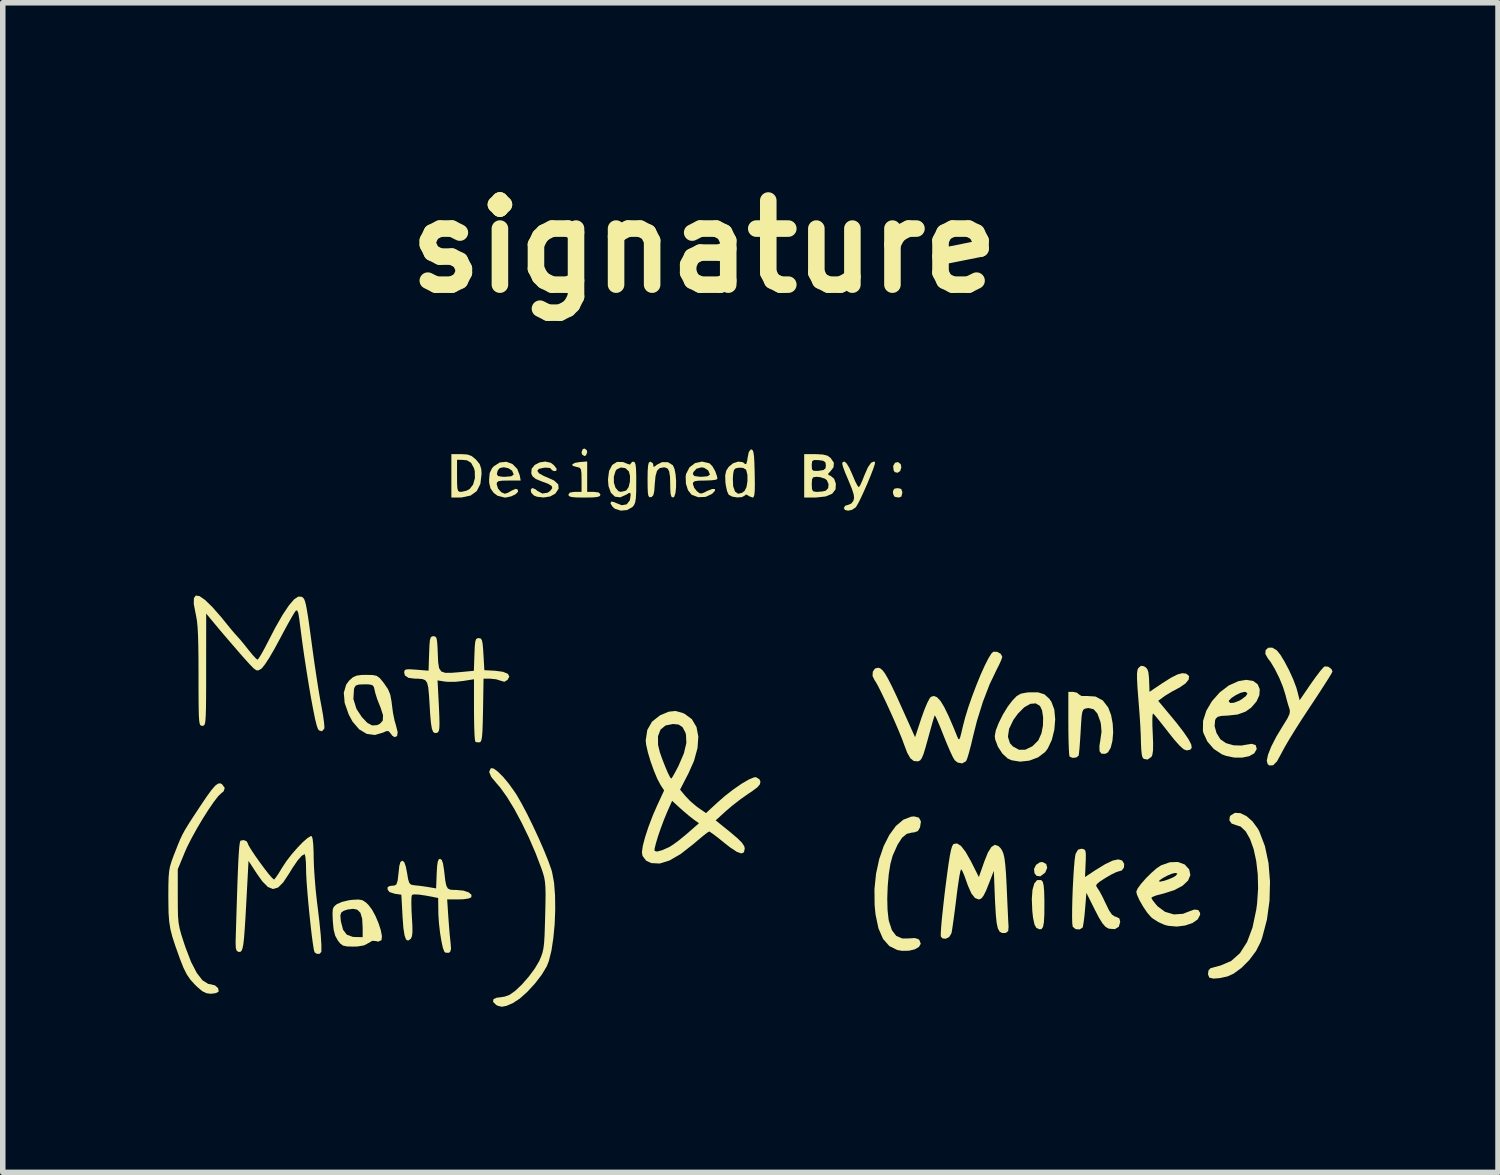
<source format=kicad_pcb>
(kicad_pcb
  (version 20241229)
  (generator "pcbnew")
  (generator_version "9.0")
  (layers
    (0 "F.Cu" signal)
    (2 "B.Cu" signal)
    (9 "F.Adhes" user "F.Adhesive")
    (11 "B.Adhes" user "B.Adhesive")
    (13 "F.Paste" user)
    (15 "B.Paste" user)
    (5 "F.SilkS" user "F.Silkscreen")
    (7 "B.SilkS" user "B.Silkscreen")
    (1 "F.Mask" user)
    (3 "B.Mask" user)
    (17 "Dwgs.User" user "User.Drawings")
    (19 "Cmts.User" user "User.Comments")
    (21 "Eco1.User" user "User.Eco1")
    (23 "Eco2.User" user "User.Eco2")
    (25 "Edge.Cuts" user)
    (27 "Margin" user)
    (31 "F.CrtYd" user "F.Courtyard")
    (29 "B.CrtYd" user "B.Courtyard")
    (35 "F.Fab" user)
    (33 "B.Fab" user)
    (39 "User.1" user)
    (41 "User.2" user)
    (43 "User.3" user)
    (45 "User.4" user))
  (footprint "signature"
    (layer "F.Cu")
    (at 9.709 1.418)
    (property "Reference" "signature" (at 0 0 0) (layer "F.SilkS") (effects (font (size 1.524 1.524) (thickness 0.3))))
    (attr board_only exclude_from_pos_files exclude_from_bom)
    (fp_poly (pts (xy -2.129 3.686) (xy -2.12 3.726) (xy -2.141 3.782) (xy -2.171 3.795) (xy -2.213 3.766) (xy -2.222 3.726) (xy -2.201 3.671) (xy -2.171 3.658)) (stroke (width 0) (type solid)) (fill yes) (layer "F.SilkS"))
    (fp_poly (pts (xy 3.562 3.944) (xy 3.572 4) (xy 3.551 4.067) (xy 3.504 4.098) (xy 3.453 4.086) (xy 3.432 4.054) (xy 3.424 3.974) (xy 3.457 3.917) (xy 3.512 3.904)) (stroke (width 0) (type solid)) (fill yes) (layer "F.SilkS"))
    (fp_poly (pts (xy 3.569 4.39) (xy 3.589 4.445) (xy 3.59 4.461) (xy 3.572 4.53) (xy 3.527 4.547) (xy 3.462 4.536) (xy 3.441 4.524) (xy 3.422 4.474) (xy 3.419 4.438) (xy 3.442 4.388) (xy 3.504 4.376)) (stroke (width 0) (type solid)) (fill yes) (layer "F.SilkS"))
    (fp_poly (pts (xy 6.197 11.187) (xy 6.215 11.255) (xy 6.182 11.336) (xy 6.168 11.352) (xy 6.09 11.41) (xy 6.024 11.402) (xy 5.985 11.355) (xy 5.976 11.276) (xy 6.014 11.201) (xy 6.083 11.155) (xy 6.131 11.151)) (stroke (width 0) (type solid)) (fill yes) (layer "F.SilkS"))
    (fp_poly (pts (xy 6.114 11.484) (xy 6.136 11.513) (xy 6.151 11.577) (xy 6.16 11.686) (xy 6.164 11.851) (xy 6.164 11.902) (xy 6.163 12.102) (xy 6.155 12.242) (xy 6.139 12.328) (xy 6.11 12.367) (xy 6.068 12.368) (xy 6.018 12.343) (xy 5.985 12.285) (xy 5.958 12.16) (xy 5.945 12.036) (xy 5.936 11.823) (xy 5.948 11.656) (xy 5.981 11.539) (xy 6.032 11.478) (xy 6.099 11.477)) (stroke (width 0) (type solid)) (fill yes) (layer "F.SilkS"))
    (fp_poly (pts (xy -2.12 4.444) (xy -2 4.444) (xy -1.911 4.455) (xy -1.88 4.491) (xy -1.88 4.495) (xy -1.893 4.521) (xy -1.938 4.537) (xy -2.028 4.545) (xy -2.171 4.547) (xy -2.316 4.545) (xy -2.405 4.537) (xy -2.449 4.521) (xy -2.461 4.495) (xy -2.435 4.457) (xy -2.353 4.444) (xy -2.342 4.444) (xy -2.222 4.444) (xy -2.222 4.224) (xy -2.224 4.105) (xy -2.233 4.038) (xy -2.256 4.007) (xy -2.298 3.995) (xy -2.309 3.993) (xy -2.38 3.974) (xy -2.39 3.946) (xy -2.345 3.919) (xy -2.257 3.904) (xy -2.12 3.893)) (stroke (width 0) (type solid)) (fill yes) (layer "F.SilkS"))
    (fp_poly (pts (xy -4.291 3.767) (xy -4.211 3.796) (xy -4.136 3.858) (xy -4.134 3.86) (xy -4.067 3.942) (xy -4.039 4.031) (xy -4.034 4.118) (xy -4.055 4.3) (xy -4.121 4.43) (xy -4.233 4.511) (xy -4.394 4.545) (xy -4.446 4.547) (xy -4.581 4.547) (xy -4.581 3.863) (xy -4.478 3.863) (xy -4.478 4.154) (xy -4.477 4.294) (xy -4.472 4.38) (xy -4.459 4.425) (xy -4.434 4.442) (xy -4.4 4.444) (xy -4.311 4.424) (xy -4.251 4.394) (xy -4.187 4.312) (xy -4.154 4.194) (xy -4.157 4.066) (xy -4.172 4.013) (xy -4.224 3.917) (xy -4.299 3.872) (xy -4.384 3.864) (xy -4.478 3.863) (xy -4.581 3.863) (xy -4.581 3.76) (xy -4.407 3.76)) (stroke (width 0) (type solid)) (fill yes) (layer "F.SilkS"))
    (fp_poly (pts (xy -0.93 3.925) (xy -0.923 3.954) (xy -0.918 3.991) (xy -0.892 3.981) (xy -0.86 3.954) (xy -0.763 3.905) (xy -0.656 3.907) (xy -0.569 3.96) (xy -0.539 4.023) (xy -0.519 4.125) (xy -0.509 4.244) (xy -0.51 4.365) (xy -0.521 4.467) (xy -0.543 4.532) (xy -0.564 4.547) (xy -0.593 4.532) (xy -0.609 4.478) (xy -0.615 4.374) (xy -0.615 4.327) (xy -0.619 4.172) (xy -0.634 4.074) (xy -0.663 4.021) (xy -0.712 4.001) (xy -0.734 4) (xy -0.807 4.014) (xy -0.855 4.063) (xy -0.882 4.159) (xy -0.896 4.308) (xy -0.905 4.433) (xy -0.921 4.503) (xy -0.95 4.535) (xy -0.966 4.54) (xy -0.994 4.539) (xy -1.011 4.515) (xy -1.021 4.455) (xy -1.025 4.348) (xy -1.026 4.224) (xy -1.024 4.069) (xy -1.017 3.97) (xy -1.004 3.917) (xy -0.982 3.898) (xy -0.974 3.897)) (stroke (width 0) (type solid)) (fill yes) (layer "F.SilkS"))
    (fp_poly (pts (xy 3.096 3.905) (xy 3.091 3.942) (xy 3.063 4.027) (xy 3.018 4.144) (xy 2.962 4.28) (xy 2.901 4.419) (xy 2.842 4.548) (xy 2.79 4.652) (xy 2.752 4.716) (xy 2.746 4.724) (xy 2.68 4.769) (xy 2.606 4.785) (xy 2.549 4.771) (xy 2.53 4.735) (xy 2.558 4.693) (xy 2.599 4.683) (xy 2.666 4.655) (xy 2.703 4.606) (xy 2.716 4.555) (xy 2.708 4.487) (xy 2.676 4.388) (xy 2.617 4.244) (xy 2.553 4.092) (xy 2.516 3.993) (xy 2.501 3.934) (xy 2.508 3.906) (xy 2.534 3.897) (xy 2.544 3.897) (xy 2.58 3.928) (xy 2.63 4.01) (xy 2.684 4.131) (xy 2.686 4.135) (xy 2.733 4.247) (xy 2.774 4.327) (xy 2.801 4.359) (xy 2.804 4.358) (xy 2.828 4.321) (xy 2.866 4.237) (xy 2.907 4.134) (xy 2.967 3.998) (xy 3.025 3.916) (xy 3.076 3.894)) (stroke (width 0) (type solid)) (fill yes) (layer "F.SilkS"))
    (fp_poly (pts (xy -2.78 3.917) (xy -2.723 3.96) (xy -2.673 4.027) (xy -2.68 4.062) (xy -2.718 4.068) (xy -2.763 4.049) (xy -2.769 4.032) (xy -2.799 4.01) (xy -2.878 4.005) (xy -2.897 4.006) (xy -2.993 4.026) (xy -3.024 4.062) (xy -2.993 4.108) (xy -2.901 4.159) (xy -2.857 4.176) (xy -2.717 4.24) (xy -2.644 4.309) (xy -2.637 4.385) (xy -2.694 4.471) (xy -2.701 4.478) (xy -2.79 4.527) (xy -2.91 4.546) (xy -3.03 4.532) (xy -3.085 4.51) (xy -3.131 4.463) (xy -3.144 4.41) (xy -3.122 4.378) (xy -3.108 4.376) (xy -3.056 4.398) (xy -3.021 4.427) (xy -2.932 4.474) (xy -2.836 4.459) (xy -2.788 4.424) (xy -2.753 4.376) (xy -2.763 4.337) (xy -2.826 4.298) (xy -2.94 4.256) (xy -3.051 4.211) (xy -3.11 4.162) (xy -3.133 4.111) (xy -3.126 4.025) (xy -3.069 3.955) (xy -2.98 3.91) (xy -2.878 3.895)) (stroke (width 0) (type solid)) (fill yes) (layer "F.SilkS"))
    (fp_poly (pts (xy -3.473 3.94) (xy -3.387 4.028) (xy -3.342 4.145) (xy -3.325 4.239) (xy -3.543 4.239) (xy -3.662 4.241) (xy -3.728 4.251) (xy -3.755 4.274) (xy -3.76 4.305) (xy -3.736 4.383) (xy -3.678 4.45) (xy -3.612 4.478) (xy -3.555 4.46) (xy -3.492 4.423) (xy -3.415 4.389) (xy -3.379 4.402) (xy -3.373 4.443) (xy -3.418 4.488) (xy -3.496 4.525) (xy -3.589 4.546) (xy -3.616 4.547) (xy -3.745 4.514) (xy -3.813 4.463) (xy -3.871 4.383) (xy -3.895 4.283) (xy -3.897 4.222) (xy -3.888 4.122) (xy -3.757 4.122) (xy -3.735 4.157) (xy -3.662 4.17) (xy -3.607 4.171) (xy -3.498 4.162) (xy -3.454 4.134) (xy -3.453 4.126) (xy -3.48 4.061) (xy -3.547 4.016) (xy -3.629 3.998) (xy -3.703 4.012) (xy -3.74 4.054) (xy -3.757 4.122) (xy -3.888 4.122) (xy -3.886 4.102) (xy -3.845 4.017) (xy -3.813 3.981) (xy -3.703 3.911) (xy -3.584 3.899)) (stroke (width 0) (type solid)) (fill yes) (layer "F.SilkS"))
    (fp_poly (pts (xy 3.891 10.347) (xy 3.927 10.415) (xy 3.911 10.522) (xy 3.91 10.525) (xy 3.872 10.589) (xy 3.805 10.614) (xy 3.763 10.617) (xy 3.67 10.64) (xy 3.585 10.711) (xy 3.504 10.836) (xy 3.421 11.022) (xy 3.413 11.042) (xy 3.374 11.185) (xy 3.344 11.374) (xy 3.325 11.591) (xy 3.317 11.813) (xy 3.322 12.019) (xy 3.341 12.19) (xy 3.347 12.221) (xy 3.401 12.386) (xy 3.48 12.489) (xy 3.588 12.536) (xy 3.705 12.535) (xy 3.814 12.528) (xy 3.879 12.547) (xy 3.9 12.567) (xy 3.924 12.632) (xy 3.891 12.689) (xy 3.815 12.733) (xy 3.709 12.758) (xy 3.585 12.76) (xy 3.498 12.745) (xy 3.354 12.673) (xy 3.24 12.543) (xy 3.157 12.351) (xy 3.104 12.099) (xy 3.088 11.931) (xy 3.085 11.642) (xy 3.114 11.362) (xy 3.171 11.099) (xy 3.252 10.862) (xy 3.355 10.659) (xy 3.474 10.497) (xy 3.608 10.384) (xy 3.751 10.329) (xy 3.804 10.324)) (stroke (width 0) (type solid)) (fill yes) (layer "F.SilkS"))
    (fp_poly (pts (xy 6.756 8.083) (xy 6.788 8.112) (xy 6.835 8.142) (xy 6.924 8.142) (xy 7.089 8.152) (xy 7.222 8.223) (xy 7.321 8.352) (xy 7.322 8.354) (xy 7.373 8.49) (xy 7.402 8.645) (xy 7.41 8.805) (xy 7.397 8.955) (xy 7.366 9.079) (xy 7.317 9.163) (xy 7.269 9.19) (xy 7.198 9.188) (xy 7.163 9.142) (xy 7.161 9.046) (xy 7.177 8.947) (xy 7.199 8.79) (xy 7.188 8.653) (xy 7.177 8.604) (xy 7.125 8.461) (xy 7.055 8.382) (xy 6.963 8.361) (xy 6.934 8.365) (xy 6.895 8.374) (xy 6.869 8.393) (xy 6.851 8.433) (xy 6.839 8.507) (xy 6.83 8.626) (xy 6.821 8.781) (xy 6.811 8.942) (xy 6.801 9.079) (xy 6.791 9.178) (xy 6.785 9.222) (xy 6.744 9.256) (xy 6.676 9.264) (xy 6.621 9.242) (xy 6.613 9.201) (xy 6.607 9.105) (xy 6.602 8.963) (xy 6.599 8.788) (xy 6.598 8.643) (xy 6.598 8.068) (xy 6.684 8.068)) (stroke (width 0) (type solid)) (fill yes) (layer "F.SilkS"))
    (fp_poly (pts (xy 9.715 10.265) (xy 9.826 10.319) (xy 9.935 10.415) (xy 10.032 10.547) (xy 10.059 10.598) (xy 10.16 10.863) (xy 10.225 11.171) (xy 10.252 11.506) (xy 10.243 11.852) (xy 10.196 12.195) (xy 10.111 12.518) (xy 10.083 12.597) (xy 9.998 12.764) (xy 9.877 12.926) (xy 9.735 13.069) (xy 9.588 13.176) (xy 9.483 13.223) (xy 9.343 13.254) (xy 9.228 13.263) (xy 9.157 13.247) (xy 9.15 13.241) (xy 9.128 13.184) (xy 9.137 13.116) (xy 9.17 13.077) (xy 9.228 13.06) (xy 9.322 13.034) (xy 9.359 13.025) (xy 9.549 12.943) (xy 9.708 12.801) (xy 9.837 12.599) (xy 9.935 12.337) (xy 10.003 12.013) (xy 10.018 11.9) (xy 10.036 11.633) (xy 10.03 11.374) (xy 10.002 11.132) (xy 9.955 10.916) (xy 9.89 10.734) (xy 9.811 10.595) (xy 9.719 10.508) (xy 9.636 10.482) (xy 9.556 10.454) (xy 9.515 10.394) (xy 9.525 10.324) (xy 9.535 10.31) (xy 9.615 10.26)) (stroke (width 0) (type solid)) (fill yes) (layer "F.SilkS"))
    (fp_poly (pts (xy 0.092 3.926) (xy 0.101 3.931) (xy 0.152 3.984) (xy 0.202 4.074) (xy 0.234 4.168) (xy 0.239 4.21) (xy 0.208 4.225) (xy 0.127 4.235) (xy 0.017 4.239) (xy -0.104 4.241) (xy -0.171 4.251) (xy -0.2 4.273) (xy -0.205 4.302) (xy -0.181 4.371) (xy -0.135 4.429) (xy -0.086 4.468) (xy -0.043 4.473) (xy 0.022 4.445) (xy 0.053 4.428) (xy 0.142 4.392) (xy 0.193 4.392) (xy 0.196 4.423) (xy 0.143 4.48) (xy 0.142 4.481) (xy 0.026 4.535) (xy -0.107 4.541) (xy -0.227 4.497) (xy -0.23 4.494) (xy -0.293 4.415) (xy -0.331 4.297) (xy -0.336 4.167) (xy -0.329 4.126) (xy -0.205 4.126) (xy -0.174 4.158) (xy -0.078 4.17) (xy -0.051 4.171) (xy 0.057 4.162) (xy 0.101 4.134) (xy 0.103 4.126) (xy 0.072 4.054) (xy -0.002 4.007) (xy -0.051 4) (xy -0.139 4.024) (xy -0.196 4.086) (xy -0.205 4.126) (xy -0.329 4.126) (xy -0.328 4.119) (xy -0.266 3.999) (xy -0.164 3.922) (xy -0.039 3.895)) (stroke (width 0) (type solid)) (fill yes) (layer "F.SilkS"))
    (fp_poly (pts (xy 6.163 8.112) (xy 6.252 8.191) (xy 6.292 8.249) (xy 6.344 8.389) (xy 6.36 8.565) (xy 6.344 8.755) (xy 6.298 8.939) (xy 6.225 9.094) (xy 6.178 9.157) (xy 6.05 9.254) (xy 5.89 9.314) (xy 5.722 9.332) (xy 5.566 9.306) (xy 5.498 9.274) (xy 5.403 9.186) (xy 5.322 9.062) (xy 5.273 8.931) (xy 5.266 8.881) (xy 5.503 8.881) (xy 5.54 8.998) (xy 5.594 9.057) (xy 5.705 9.117) (xy 5.818 9.116) (xy 5.947 9.053) (xy 5.95 9.05) (xy 6.053 8.948) (xy 6.111 8.819) (xy 6.138 8.678) (xy 6.141 8.531) (xy 6.122 8.404) (xy 6.085 8.324) (xy 6.007 8.276) (xy 5.908 8.285) (xy 5.798 8.348) (xy 5.685 8.462) (xy 5.602 8.576) (xy 5.524 8.738) (xy 5.503 8.881) (xy 5.266 8.881) (xy 5.265 8.867) (xy 5.284 8.764) (xy 5.337 8.629) (xy 5.412 8.479) (xy 5.5 8.335) (xy 5.584 8.225) (xy 5.662 8.144) (xy 5.736 8.101) (xy 5.835 8.081) (xy 5.888 8.076) (xy 6.048 8.076)) (stroke (width 0) (type solid)) (fill yes) (layer "F.SilkS"))
    (fp_poly (pts (xy -6.19 11.843) (xy -6.128 11.884) (xy -6.085 11.926) (xy -6.02 12.011) (xy -5.956 12.128) (xy -5.9 12.26) (xy -5.859 12.387) (xy -5.839 12.494) (xy -5.846 12.562) (xy -5.85 12.568) (xy -5.908 12.594) (xy -5.944 12.583) (xy -6.013 12.578) (xy -6.081 12.618) (xy -6.163 12.661) (xy -6.282 12.681) (xy -6.36 12.683) (xy -6.475 12.68) (xy -6.546 12.664) (xy -6.596 12.626) (xy -6.638 12.572) (xy -6.686 12.485) (xy -6.714 12.376) (xy -6.729 12.223) (xy -6.729 12.216) (xy -6.733 12.118) (xy -6.592 12.118) (xy -6.585 12.208) (xy -6.581 12.233) (xy -6.543 12.378) (xy -6.476 12.466) (xy -6.371 12.506) (xy -6.316 12.51) (xy -6.188 12.512) (xy -6.188 12.343) (xy -6.197 12.178) (xy -6.229 12.07) (xy -6.286 12.014) (xy -6.36 11.999) (xy -6.46 12.011) (xy -6.535 12.036) (xy -6.577 12.068) (xy -6.592 12.118) (xy -6.733 12.118) (xy -6.734 12.088) (xy -6.73 12.009) (xy -6.71 11.961) (xy -6.672 11.926) (xy -6.65 11.911) (xy -6.561 11.873) (xy -6.44 11.844) (xy -6.374 11.835) (xy -6.262 11.83)) (stroke (width 0) (type solid)) (fill yes) (layer "F.SilkS"))
    (fp_poly (pts (xy 10.374 7.314) (xy 10.441 7.397) (xy 10.519 7.526) (xy 10.6 7.681) (xy 10.673 7.842) (xy 10.729 7.991) (xy 10.746 8.05) (xy 10.789 8.219) (xy 10.992 7.922) (xy 11.081 7.797) (xy 11.159 7.694) (xy 11.218 7.626) (xy 11.243 7.606) (xy 11.306 7.611) (xy 11.364 7.653) (xy 11.384 7.698) (xy 11.366 7.734) (xy 11.315 7.819) (xy 11.236 7.943) (xy 11.136 8.098) (xy 11.02 8.274) (xy 10.968 8.352) (xy 10.838 8.549) (xy 10.715 8.742) (xy 10.607 8.917) (xy 10.521 9.064) (xy 10.464 9.169) (xy 10.455 9.187) (xy 10.379 9.326) (xy 10.309 9.397) (xy 10.243 9.402) (xy 10.21 9.378) (xy 10.193 9.315) (xy 10.216 9.206) (xy 10.274 9.059) (xy 10.366 8.88) (xy 10.487 8.679) (xy 10.498 8.662) (xy 10.57 8.545) (xy 10.606 8.465) (xy 10.612 8.406) (xy 10.603 8.371) (xy 10.577 8.29) (xy 10.545 8.176) (xy 10.531 8.119) (xy 10.486 7.976) (xy 10.419 7.813) (xy 10.34 7.655) (xy 10.262 7.524) (xy 10.214 7.463) (xy 10.167 7.38) (xy 10.173 7.31) (xy 10.22 7.268) (xy 10.292 7.266)) (stroke (width 0) (type solid)) (fill yes) (layer "F.SilkS"))
    (fp_poly (pts (xy 0.876 3.686) (xy 0.892 3.725) (xy 0.903 3.802) (xy 0.91 3.927) (xy 0.915 4.111) (xy 0.915 4.111) (xy 0.918 4.297) (xy 0.916 4.425) (xy 0.908 4.503) (xy 0.894 4.54) (xy 0.88 4.547) (xy 0.816 4.524) (xy 0.797 4.51) (xy 0.756 4.491) (xy 0.737 4.51) (xy 0.684 4.539) (xy 0.598 4.545) (xy 0.508 4.53) (xy 0.445 4.496) (xy 0.443 4.493) (xy 0.414 4.43) (xy 0.392 4.326) (xy 0.384 4.263) (xy 0.382 4.199) (xy 0.519 4.199) (xy 0.525 4.343) (xy 0.559 4.438) (xy 0.615 4.479) (xy 0.687 4.461) (xy 0.733 4.425) (xy 0.767 4.355) (xy 0.784 4.248) (xy 0.783 4.136) (xy 0.762 4.049) (xy 0.756 4.04) (xy 0.703 4.009) (xy 0.629 4.006) (xy 0.571 4.017) (xy 0.54 4.046) (xy 0.526 4.112) (xy 0.519 4.199) (xy 0.382 4.199) (xy 0.381 4.142) (xy 0.4 4.059) (xy 0.444 3.991) (xy 0.523 3.926) (xy 0.616 3.896) (xy 0.7 3.906) (xy 0.742 3.94) (xy 0.762 3.939) (xy 0.78 3.876) (xy 0.786 3.829) (xy 0.808 3.722) (xy 0.842 3.677) (xy 0.855 3.675)) (stroke (width 0) (type solid)) (fill yes) (layer "F.SilkS"))
    (fp_poly (pts (xy 2.148 3.767) (xy 2.233 3.788) (xy 2.29 3.829) (xy 2.35 3.916) (xy 2.343 3.999) (xy 2.292 4.066) (xy 2.247 4.115) (xy 2.251 4.138) (xy 2.292 4.154) (xy 2.354 4.206) (xy 2.386 4.296) (xy 2.38 4.398) (xy 2.378 4.402) (xy 2.319 4.478) (xy 2.201 4.527) (xy 2.029 4.546) (xy 1.998 4.547) (xy 1.812 4.547) (xy 1.812 4.307) (xy 1.949 4.307) (xy 1.953 4.395) (xy 1.975 4.434) (xy 2.029 4.444) (xy 2.048 4.444) (xy 2.141 4.437) (xy 2.202 4.423) (xy 2.247 4.376) (xy 2.253 4.303) (xy 2.222 4.232) (xy 2.19 4.206) (xy 2.103 4.178) (xy 2.036 4.171) (xy 1.98 4.178) (xy 1.955 4.212) (xy 1.949 4.293) (xy 1.949 4.307) (xy 1.812 4.307) (xy 1.812 3.966) (xy 1.949 3.966) (xy 1.953 4.035) (xy 1.981 4.062) (xy 2.053 4.064) (xy 2.077 4.062) (xy 2.162 4.048) (xy 2.198 4.018) (xy 2.205 3.966) (xy 2.196 3.908) (xy 2.154 3.88) (xy 2.077 3.869) (xy 1.993 3.867) (xy 1.957 3.887) (xy 1.949 3.945) (xy 1.949 3.966) (xy 1.812 3.966) (xy 1.812 3.76) (xy 2.017 3.76)) (stroke (width 0) (type solid)) (fill yes) (layer "F.SilkS"))
    (fp_poly (pts (xy -1.259 3.908) (xy -1.244 3.947) (xy -1.235 4.026) (xy -1.231 4.156) (xy -1.231 4.273) (xy -1.232 4.443) (xy -1.238 4.558) (xy -1.25 4.633) (xy -1.27 4.682) (xy -1.299 4.718) (xy -1.396 4.773) (xy -1.512 4.784) (xy -1.618 4.75) (xy -1.658 4.717) (xy -1.698 4.653) (xy -1.684 4.619) (xy -1.628 4.63) (xy -1.606 4.642) (xy -1.493 4.686) (xy -1.404 4.67) (xy -1.348 4.599) (xy -1.333 4.508) (xy -1.338 4.463) (xy -1.366 4.465) (xy -1.409 4.493) (xy -1.521 4.543) (xy -1.617 4.531) (xy -1.69 4.461) (xy -1.734 4.339) (xy -1.743 4.222) (xy -1.737 4.169) (xy -1.637 4.169) (xy -1.636 4.278) (xy -1.606 4.372) (xy -1.553 4.432) (xy -1.512 4.444) (xy -1.434 4.427) (xy -1.409 4.415) (xy -1.369 4.357) (xy -1.346 4.26) (xy -1.344 4.155) (xy -1.365 4.073) (xy -1.428 4.014) (xy -1.51 4.002) (xy -1.584 4.037) (xy -1.606 4.066) (xy -1.637 4.169) (xy -1.737 4.169) (xy -1.723 4.064) (xy -1.666 3.956) (xy -1.579 3.901) (xy -1.467 3.904) (xy -1.399 3.933) (xy -1.345 3.95) (xy -1.333 3.933) (xy -1.306 3.901) (xy -1.282 3.897)) (stroke (width 0) (type solid)) (fill yes) (layer "F.SilkS"))
    (fp_poly (pts (xy -6.008 7.762) (xy -5.935 7.777) (xy -5.879 7.817) (xy -5.815 7.894) (xy -5.799 7.916) (xy -5.728 8.02) (xy -5.687 8.12) (xy -5.664 8.248) (xy -5.658 8.3) (xy -5.639 8.446) (xy -5.61 8.588) (xy -5.585 8.674) (xy -5.554 8.796) (xy -5.564 8.868) (xy -5.608 8.888) (xy -5.65 8.863) (xy -5.681 8.822) (xy -5.717 8.78) (xy -5.76 8.779) (xy -5.817 8.805) (xy -5.967 8.849) (xy -6.114 8.829) (xy -6.251 8.747) (xy -6.371 8.607) (xy -6.44 8.48) (xy -6.515 8.265) (xy -6.52 8.197) (xy -6.356 8.197) (xy -6.3 8.377) (xy -6.201 8.527) (xy -6.102 8.63) (xy -6.017 8.676) (xy -5.931 8.671) (xy -5.878 8.648) (xy -5.824 8.589) (xy -5.819 8.492) (xy -5.863 8.353) (xy -5.879 8.315) (xy -5.926 8.196) (xy -5.962 8.079) (xy -5.968 8.05) (xy -5.985 7.979) (xy -6.015 7.944) (xy -6.077 7.932) (xy -6.157 7.931) (xy -6.258 7.935) (xy -6.312 7.953) (xy -6.338 7.993) (xy -6.345 8.019) (xy -6.356 8.197) (xy -6.52 8.197) (xy -6.53 8.083) (xy -6.486 7.935) (xy -6.43 7.86) (xy -6.364 7.803) (xy -6.297 7.773) (xy -6.203 7.761) (xy -6.123 7.76)) (stroke (width 0) (type solid)) (fill yes) (layer "F.SilkS"))
    (fp_poly (pts (xy 9.948 7.87) (xy 10.029 7.931) (xy 10.066 8.02) (xy 10.059 8.128) (xy 10.007 8.242) (xy 9.913 8.351) (xy 9.81 8.425) (xy 9.664 8.478) (xy 9.491 8.497) (xy 9.374 8.503) (xy 9.308 8.518) (xy 9.272 8.549) (xy 9.257 8.582) (xy 9.248 8.689) (xy 9.282 8.812) (xy 9.351 8.924) (xy 9.356 8.929) (xy 9.455 8.997) (xy 9.592 9.036) (xy 9.736 9.04) (xy 9.797 9.029) (xy 9.92 9.009) (xy 9.992 9.032) (xy 10.011 9.097) (xy 10.01 9.105) (xy 9.967 9.181) (xy 9.875 9.233) (xy 9.748 9.259) (xy 9.602 9.258) (xy 9.451 9.226) (xy 9.38 9.199) (xy 9.233 9.102) (xy 9.116 8.966) (xy 9.045 8.812) (xy 9.036 8.772) (xy 9.039 8.593) (xy 9.098 8.409) (xy 9.199 8.238) (xy 9.504 8.238) (xy 9.53 8.269) (xy 9.598 8.265) (xy 9.692 8.229) (xy 9.734 8.205) (xy 9.815 8.144) (xy 9.843 8.097) (xy 9.815 8.071) (xy 9.786 8.068) (xy 9.718 8.085) (xy 9.633 8.126) (xy 9.555 8.177) (xy 9.508 8.224) (xy 9.504 8.238) (xy 9.199 8.238) (xy 9.203 8.233) (xy 9.342 8.076) (xy 9.505 7.952) (xy 9.681 7.873) (xy 9.822 7.85)) (stroke (width 0) (type solid)) (fill yes) (layer "F.SilkS"))
    (fp_poly (pts (xy 8.706 11.195) (xy 8.788 11.285) (xy 8.809 11.387) (xy 8.767 11.487) (xy 8.669 11.579) (xy 8.52 11.659) (xy 8.326 11.721) (xy 8.299 11.728) (xy 8.194 11.755) (xy 8.122 11.783) (xy 8.102 11.8) (xy 8.123 11.84) (xy 8.178 11.91) (xy 8.214 11.952) (xy 8.35 12.053) (xy 8.51 12.1) (xy 8.675 12.089) (xy 8.772 12.051) (xy 8.878 12.012) (xy 8.952 12.02) (xy 8.985 12.072) (xy 8.985 12.108) (xy 8.941 12.191) (xy 8.845 12.257) (xy 8.715 12.301) (xy 8.565 12.32) (xy 8.411 12.307) (xy 8.346 12.291) (xy 8.226 12.238) (xy 8.116 12.166) (xy 8.095 12.147) (xy 8.026 12.067) (xy 7.953 11.959) (xy 7.887 11.844) (xy 7.842 11.744) (xy 7.829 11.688) (xy 7.853 11.631) (xy 7.915 11.546) (xy 7.956 11.5) (xy 8.239 11.5) (xy 8.266 11.506) (xy 8.333 11.491) (xy 8.417 11.463) (xy 8.496 11.429) (xy 8.545 11.398) (xy 8.575 11.361) (xy 8.546 11.35) (xy 8.528 11.35) (xy 8.468 11.364) (xy 8.386 11.4) (xy 8.305 11.444) (xy 8.25 11.483) (xy 8.239 11.5) (xy 7.956 11.5) (xy 8.003 11.446) (xy 8.102 11.348) (xy 8.198 11.264) (xy 8.275 11.212) (xy 8.436 11.155) (xy 8.584 11.15)) (stroke (width 0) (type solid)) (fill yes) (layer "F.SilkS"))
    (fp_poly (pts (xy 6.846 10.911) (xy 6.885 10.921) (xy 6.907 10.947) (xy 6.915 11.005) (xy 6.914 11.109) (xy 6.911 11.172) (xy 6.9 11.423) (xy 7.082 11.302) (xy 7.263 11.191) (xy 7.4 11.125) (xy 7.501 11.103) (xy 7.57 11.122) (xy 7.572 11.123) (xy 7.61 11.183) (xy 7.605 11.253) (xy 7.565 11.305) (xy 7.526 11.315) (xy 7.468 11.333) (xy 7.375 11.378) (xy 7.27 11.439) (xy 7.167 11.506) (xy 7.114 11.55) (xy 7.101 11.583) (xy 7.121 11.616) (xy 7.122 11.618) (xy 7.161 11.677) (xy 7.215 11.777) (xy 7.272 11.897) (xy 7.275 11.902) (xy 7.337 12.03) (xy 7.389 12.104) (xy 7.439 12.137) (xy 7.458 12.142) (xy 7.522 12.171) (xy 7.538 12.235) (xy 7.512 12.324) (xy 7.44 12.367) (xy 7.337 12.359) (xy 7.326 12.356) (xy 7.272 12.325) (xy 7.217 12.263) (xy 7.153 12.16) (xy 7.078 12.015) (xy 6.925 11.709) (xy 6.901 12.006) (xy 6.888 12.145) (xy 6.873 12.258) (xy 6.86 12.328) (xy 6.855 12.34) (xy 6.802 12.372) (xy 6.731 12.367) (xy 6.68 12.326) (xy 6.677 12.32) (xy 6.669 12.261) (xy 6.666 12.149) (xy 6.667 11.996) (xy 6.671 11.817) (xy 6.678 11.626) (xy 6.688 11.438) (xy 6.699 11.266) (xy 6.711 11.124) (xy 6.724 11.027) (xy 6.732 10.997) (xy 6.775 10.926) (xy 6.836 10.91)) (stroke (width 0) (type solid)) (fill yes) (layer "F.SilkS"))
    (fp_poly (pts (xy 7.966 7.603) (xy 7.998 7.622) (xy 8.028 7.654) (xy 8.048 7.713) (xy 8.059 7.812) (xy 8.065 7.956) (xy 8.068 8.067) (xy 8.299 7.912) (xy 8.457 7.812) (xy 8.575 7.752) (xy 8.664 7.729) (xy 8.735 7.738) (xy 8.737 7.739) (xy 8.786 7.782) (xy 8.778 7.845) (xy 8.72 7.916) (xy 8.617 7.987) (xy 8.594 7.999) (xy 8.476 8.062) (xy 8.368 8.127) (xy 8.323 8.158) (xy 8.226 8.23) (xy 8.38 8.414) (xy 8.557 8.628) (xy 8.688 8.798) (xy 8.776 8.927) (xy 8.824 9.02) (xy 8.834 9.081) (xy 8.807 9.116) (xy 8.747 9.127) (xy 8.739 9.128) (xy 8.688 9.108) (xy 8.616 9.045) (xy 8.518 8.935) (xy 8.412 8.802) (xy 8.312 8.674) (xy 8.227 8.567) (xy 8.164 8.492) (xy 8.134 8.459) (xy 8.134 8.459) (xy 8.124 8.484) (xy 8.12 8.564) (xy 8.121 8.687) (xy 8.127 8.818) (xy 8.134 9.003) (xy 8.132 9.13) (xy 8.12 9.209) (xy 8.103 9.246) (xy 8.034 9.294) (xy 7.967 9.283) (xy 7.942 9.256) (xy 7.928 9.202) (xy 7.918 9.101) (xy 7.913 8.975) (xy 7.913 8.974) (xy 7.91 8.852) (xy 7.902 8.681) (xy 7.889 8.483) (xy 7.873 8.276) (xy 7.868 8.211) (xy 7.851 7.998) (xy 7.843 7.843) (xy 7.842 7.738) (xy 7.85 7.672) (xy 7.864 7.639) (xy 7.914 7.595)) (stroke (width 0) (type solid)) (fill yes) (layer "F.SilkS"))
    (fp_poly (pts (xy -8.735 9.742) (xy -8.687 9.809) (xy -8.708 9.871) (xy -8.748 9.903) (xy -8.806 9.959) (xy -8.887 10.064) (xy -8.983 10.204) (xy -9.087 10.368) (xy -9.191 10.543) (xy -9.287 10.717) (xy -9.368 10.877) (xy -9.407 10.965) (xy -9.538 11.282) (xy -9.538 11.783) (xy -9.537 11.98) (xy -9.534 12.128) (xy -9.524 12.245) (xy -9.505 12.35) (xy -9.475 12.463) (xy -9.43 12.603) (xy -9.398 12.698) (xy -9.297 12.961) (xy -9.194 13.16) (xy -9.091 13.293) (xy -8.986 13.359) (xy -8.937 13.367) (xy -8.862 13.387) (xy -8.808 13.435) (xy -8.797 13.49) (xy -8.802 13.502) (xy -8.848 13.526) (xy -8.931 13.537) (xy -8.943 13.538) (xy -9.021 13.527) (xy -9.096 13.49) (xy -9.186 13.413) (xy -9.225 13.375) (xy -9.308 13.284) (xy -9.374 13.188) (xy -9.434 13.069) (xy -9.498 12.907) (xy -9.511 12.871) (xy -9.585 12.663) (xy -9.638 12.5) (xy -9.673 12.36) (xy -9.694 12.224) (xy -9.705 12.072) (xy -9.708 11.884) (xy -9.709 11.768) (xy -9.708 11.574) (xy -9.704 11.431) (xy -9.695 11.321) (xy -9.678 11.228) (xy -9.649 11.133) (xy -9.607 11.019) (xy -9.587 10.969) (xy -9.537 10.842) (xy -9.495 10.741) (xy -9.454 10.654) (xy -9.406 10.566) (xy -9.343 10.463) (xy -9.258 10.331) (xy -9.143 10.157) (xy -9.138 10.149) (xy -9.019 9.972) (xy -8.928 9.847) (xy -8.86 9.768) (xy -8.808 9.73) (xy -8.767 9.725)) (stroke (width 0) (type solid)) (fill yes) (layer "F.SilkS"))
    (fp_poly (pts (xy -3.812 9.458) (xy -3.736 9.515) (xy -3.642 9.609) (xy -3.539 9.733) (xy -3.436 9.877) (xy -3.396 9.938) (xy -3.307 10.093) (xy -3.205 10.286) (xy -3.099 10.503) (xy -2.995 10.727) (xy -2.901 10.943) (xy -2.823 11.136) (xy -2.768 11.291) (xy -2.755 11.338) (xy -2.72 11.528) (xy -2.702 11.759) (xy -2.699 12.013) (xy -2.709 12.275) (xy -2.733 12.528) (xy -2.768 12.758) (xy -2.815 12.946) (xy -2.853 13.042) (xy -2.943 13.192) (xy -3.065 13.351) (xy -3.202 13.5) (xy -3.34 13.624) (xy -3.463 13.705) (xy -3.464 13.706) (xy -3.583 13.757) (xy -3.667 13.773) (xy -3.739 13.756) (xy -3.769 13.74) (xy -3.825 13.685) (xy -3.819 13.636) (xy -3.756 13.608) (xy -3.725 13.606) (xy -3.614 13.589) (xy -3.528 13.558) (xy -3.423 13.484) (xy -3.301 13.368) (xy -3.178 13.227) (xy -3.069 13.08) (xy -2.989 12.945) (xy -2.985 12.935) (xy -2.953 12.861) (xy -2.929 12.79) (xy -2.912 12.711) (xy -2.9 12.611) (xy -2.892 12.476) (xy -2.886 12.295) (xy -2.881 12.123) (xy -2.876 11.9) (xy -2.874 11.732) (xy -2.877 11.607) (xy -2.885 11.51) (xy -2.899 11.428) (xy -2.921 11.35) (xy -2.95 11.264) (xy -3.055 10.989) (xy -3.176 10.709) (xy -3.307 10.439) (xy -3.441 10.189) (xy -3.573 9.973) (xy -3.695 9.802) (xy -3.762 9.725) (xy -3.859 9.608) (xy -3.896 9.518) (xy -3.87 9.458) (xy -3.86 9.45)) (stroke (width 0) (type solid)) (fill yes) (layer "F.SilkS"))
    (fp_poly (pts (xy 4.653 10.859) (xy 4.734 10.963) (xy 4.829 11.13) (xy 4.851 11.173) (xy 4.977 11.423) (xy 5.073 11.148) (xy 5.14 10.98) (xy 5.204 10.878) (xy 5.266 10.839) (xy 5.331 10.861) (xy 5.372 10.902) (xy 5.4 10.946) (xy 5.423 11.003) (xy 5.441 11.084) (xy 5.455 11.198) (xy 5.468 11.355) (xy 5.479 11.563) (xy 5.487 11.743) (xy 5.495 11.926) (xy 5.503 12.092) (xy 5.509 12.227) (xy 5.514 12.312) (xy 5.515 12.324) (xy 5.508 12.401) (xy 5.469 12.433) (xy 5.45 12.437) (xy 5.394 12.436) (xy 5.352 12.411) (xy 5.321 12.354) (xy 5.299 12.255) (xy 5.284 12.107) (xy 5.272 11.902) (xy 5.268 11.826) (xy 5.248 11.311) (xy 5.164 11.527) (xy 5.106 11.672) (xy 5.06 11.763) (xy 5.022 11.811) (xy 4.982 11.828) (xy 4.972 11.828) (xy 4.906 11.802) (xy 4.842 11.721) (xy 4.779 11.58) (xy 4.752 11.504) (xy 4.712 11.393) (xy 4.677 11.313) (xy 4.655 11.281) (xy 4.655 11.281) (xy 4.643 11.313) (xy 4.625 11.402) (xy 4.604 11.536) (xy 4.581 11.703) (xy 4.567 11.82) (xy 4.543 12.011) (xy 4.52 12.183) (xy 4.5 12.323) (xy 4.485 12.417) (xy 4.479 12.444) (xy 4.439 12.509) (xy 4.377 12.541) (xy 4.316 12.534) (xy 4.287 12.499) (xy 4.286 12.452) (xy 4.292 12.347) (xy 4.305 12.194) (xy 4.325 12.005) (xy 4.349 11.788) (xy 4.365 11.654) (xy 4.399 11.39) (xy 4.427 11.186) (xy 4.451 11.036) (xy 4.472 10.932) (xy 4.492 10.866) (xy 4.512 10.831) (xy 4.52 10.824) (xy 4.582 10.814)) (stroke (width 0) (type solid)) (fill yes) (layer "F.SilkS"))
    (fp_poly (pts (xy -4.755 11.113) (xy -4.732 11.178) (xy -4.713 11.299) (xy -4.709 11.333) (xy -4.692 11.483) (xy -4.673 11.577) (xy -4.645 11.63) (xy -4.599 11.652) (xy -4.526 11.657) (xy -4.486 11.657) (xy -4.362 11.669) (xy -4.268 11.7) (xy -4.217 11.744) (xy -4.219 11.789) (xy -4.265 11.811) (xy -4.361 11.825) (xy -4.45 11.828) (xy -4.657 11.828) (xy -4.636 12.144) (xy -4.624 12.307) (xy -4.611 12.464) (xy -4.598 12.588) (xy -4.595 12.618) (xy -4.587 12.721) (xy -4.601 12.776) (xy -4.628 12.796) (xy -4.688 12.793) (xy -4.708 12.775) (xy -4.735 12.705) (xy -4.761 12.584) (xy -4.786 12.432) (xy -4.805 12.266) (xy -4.816 12.106) (xy -4.817 12.046) (xy -4.82 11.802) (xy -5.045 11.759) (xy -5.167 11.741) (xy -5.257 11.737) (xy -5.295 11.747) (xy -5.304 11.792) (xy -5.306 11.889) (xy -5.303 12.023) (xy -5.297 12.136) (xy -5.287 12.307) (xy -5.286 12.423) (xy -5.295 12.496) (xy -5.314 12.538) (xy -5.319 12.545) (xy -5.366 12.575) (xy -5.402 12.555) (xy -5.429 12.48) (xy -5.45 12.346) (xy -5.465 12.148) (xy -5.466 12.129) (xy -5.487 11.743) (xy -5.606 11.726) (xy -5.702 11.695) (xy -5.737 11.649) (xy -5.736 11.607) (xy -5.702 11.586) (xy -5.618 11.576) (xy -5.606 11.575) (xy -5.575 11.553) (xy -5.554 11.485) (xy -5.539 11.36) (xy -5.538 11.35) (xy -5.524 11.222) (xy -5.504 11.152) (xy -5.475 11.128) (xy -5.47 11.127) (xy -5.435 11.152) (xy -5.407 11.23) (xy -5.384 11.346) (xy -5.364 11.464) (xy -5.343 11.53) (xy -5.312 11.56) (xy -5.261 11.571) (xy -5.248 11.572) (xy -5.145 11.583) (xy -5.024 11.6) (xy -5.001 11.604) (xy -4.857 11.629) (xy -4.847 11.361) (xy -4.839 11.221) (xy -4.826 11.138) (xy -4.806 11.1) (xy -4.786 11.093)) (stroke (width 0) (type solid)) (fill yes) (layer "F.SilkS"))
    (fp_poly (pts (xy -7.096 10.725) (xy -7.084 10.823) (xy -7.077 10.964) (xy -7.076 11.053) (xy -7.071 11.22) (xy -7.058 11.43) (xy -7.039 11.658) (xy -7.015 11.879) (xy -7.01 11.914) (xy -6.973 12.223) (xy -6.948 12.469) (xy -6.936 12.652) (xy -6.936 12.775) (xy -6.937 12.777) (xy -6.965 12.813) (xy -7.018 12.815) (xy -7.059 12.786) (xy -7.073 12.736) (xy -7.09 12.63) (xy -7.11 12.481) (xy -7.131 12.301) (xy -7.152 12.102) (xy -7.172 11.898) (xy -7.189 11.7) (xy -7.203 11.521) (xy -7.211 11.374) (xy -7.213 11.291) (xy -7.216 11.161) (xy -7.225 11.063) (xy -7.237 11.012) (xy -7.241 11.008) (xy -7.292 11.038) (xy -7.366 11.122) (xy -7.456 11.253) (xy -7.523 11.362) (xy -7.627 11.52) (xy -7.721 11.613) (xy -7.812 11.64) (xy -7.905 11.603) (xy -8.007 11.5) (xy -8.104 11.363) (xy -8.256 11.13) (xy -8.296 11.877) (xy -8.311 12.152) (xy -8.325 12.366) (xy -8.337 12.526) (xy -8.35 12.64) (xy -8.365 12.715) (xy -8.382 12.758) (xy -8.403 12.778) (xy -8.429 12.78) (xy -8.437 12.779) (xy -8.47 12.76) (xy -8.486 12.712) (xy -8.49 12.617) (xy -8.489 12.563) (xy -8.477 12.157) (xy -8.466 11.816) (xy -8.457 11.532) (xy -8.448 11.302) (xy -8.44 11.121) (xy -8.432 10.982) (xy -8.424 10.882) (xy -8.416 10.816) (xy -8.408 10.778) (xy -8.4 10.763) (xy -8.342 10.753) (xy -8.289 10.776) (xy -8.273 10.806) (xy -8.254 10.851) (xy -8.205 10.933) (xy -8.134 11.039) (xy -8.052 11.155) (xy -7.967 11.27) (xy -7.89 11.369) (xy -7.829 11.439) (xy -7.795 11.468) (xy -7.792 11.468) (xy -7.761 11.431) (xy -7.707 11.351) (xy -7.643 11.246) (xy -7.568 11.133) (xy -7.475 11.012) (xy -7.374 10.896) (xy -7.276 10.794) (xy -7.192 10.72) (xy -7.131 10.682) (xy -7.112 10.682)) (stroke (width 0) (type solid)) (fill yes) (layer "F.SilkS"))
    (fp_poly (pts (xy -4.873 7.065) (xy -4.852 7.09) (xy -4.84 7.148) (xy -4.832 7.251) (xy -4.827 7.374) (xy -4.82 7.533) (xy -4.803 7.638) (xy -4.764 7.698) (xy -4.691 7.723) (xy -4.571 7.722) (xy -4.424 7.71) (xy -4.173 7.686) (xy -4.163 7.39) (xy -4.157 7.247) (xy -4.148 7.159) (xy -4.133 7.113) (xy -4.108 7.096) (xy -4.085 7.094) (xy -4.051 7.1) (xy -4.029 7.128) (xy -4.015 7.191) (xy -4.005 7.302) (xy -4 7.384) (xy -3.983 7.675) (xy -3.789 7.685) (xy -3.646 7.704) (xy -3.558 7.74) (xy -3.53 7.791) (xy -3.563 7.851) (xy -3.621 7.885) (xy -3.686 7.866) (xy -3.769 7.84) (xy -3.873 7.829) (xy -3.877 7.829) (xy -3.998 7.829) (xy -4.007 8.401) (xy -4.012 8.615) (xy -4.017 8.77) (xy -4.025 8.875) (xy -4.036 8.939) (xy -4.052 8.973) (xy -4.07 8.983) (xy -4.131 8.979) (xy -4.147 8.969) (xy -4.155 8.929) (xy -4.162 8.832) (xy -4.167 8.69) (xy -4.17 8.517) (xy -4.171 8.392) (xy -4.171 7.839) (xy -4.367 7.87) (xy -4.504 7.885) (xy -4.636 7.886) (xy -4.697 7.881) (xy -4.831 7.86) (xy -4.807 8.324) (xy -4.799 8.512) (xy -4.796 8.643) (xy -4.799 8.727) (xy -4.808 8.776) (xy -4.826 8.801) (xy -4.84 8.809) (xy -4.88 8.815) (xy -4.911 8.793) (xy -4.934 8.734) (xy -4.951 8.631) (xy -4.965 8.474) (xy -4.975 8.304) (xy -4.987 8.116) (xy -5 7.986) (xy -5.02 7.903) (xy -5.054 7.856) (xy -5.108 7.835) (xy -5.187 7.829) (xy -5.236 7.829) (xy -5.358 7.814) (xy -5.422 7.77) (xy -5.436 7.718) (xy -5.43 7.681) (xy -5.404 7.662) (xy -5.341 7.658) (xy -5.227 7.665) (xy -5.215 7.666) (xy -4.994 7.684) (xy -4.984 7.372) (xy -4.978 7.224) (xy -4.97 7.132) (xy -4.955 7.082) (xy -4.932 7.062) (xy -4.906 7.059)) (stroke (width 0) (type solid)) (fill yes) (layer "F.SilkS"))
    (fp_poly (pts (xy 5.307 7.342) (xy 5.372 7.378) (xy 5.401 7.43) (xy 5.401 7.431) (xy 5.386 7.482) (xy 5.346 7.572) (xy 5.301 7.661) (xy 5.171 7.932) (xy 5.049 8.25) (xy 4.942 8.594) (xy 4.872 8.871) (xy 4.834 9.033) (xy 4.797 9.172) (xy 4.766 9.274) (xy 4.745 9.324) (xy 4.745 9.324) (xy 4.674 9.364) (xy 4.591 9.348) (xy 4.54 9.307) (xy 4.507 9.253) (xy 4.458 9.149) (xy 4.399 9.012) (xy 4.339 8.864) (xy 4.281 8.718) (xy 4.231 8.599) (xy 4.195 8.521) (xy 4.178 8.494) (xy 4.177 8.494) (xy 4.164 8.53) (xy 4.137 8.619) (xy 4.101 8.748) (xy 4.058 8.903) (xy 4.056 8.911) (xy 4.008 9.083) (xy 3.972 9.2) (xy 3.941 9.272) (xy 3.912 9.31) (xy 3.878 9.325) (xy 3.871 9.327) (xy 3.797 9.32) (xy 3.735 9.271) (xy 3.678 9.17) (xy 3.626 9.033) (xy 3.583 8.916) (xy 3.521 8.765) (xy 3.447 8.593) (xy 3.367 8.414) (xy 3.286 8.239) (xy 3.211 8.083) (xy 3.148 7.957) (xy 3.101 7.875) (xy 3.087 7.856) (xy 3.05 7.78) (xy 3.055 7.702) (xy 3.094 7.645) (xy 3.154 7.63) (xy 3.192 7.643) (xy 3.232 7.677) (xy 3.278 7.738) (xy 3.333 7.834) (xy 3.403 7.971) (xy 3.491 8.157) (xy 3.6 8.399) (xy 3.607 8.414) (xy 3.821 8.889) (xy 3.936 8.541) (xy 3.989 8.393) (xy 4.041 8.269) (xy 4.085 8.185) (xy 4.109 8.157) (xy 4.163 8.142) (xy 4.219 8.165) (xy 4.281 8.231) (xy 4.35 8.345) (xy 4.432 8.513) (xy 4.529 8.739) (xy 4.584 8.876) (xy 4.604 8.92) (xy 4.62 8.929) (xy 4.637 8.895) (xy 4.66 8.808) (xy 4.685 8.7) (xy 4.728 8.534) (xy 4.786 8.345) (xy 4.856 8.145) (xy 4.932 7.945) (xy 5.009 7.756) (xy 5.084 7.59) (xy 5.151 7.458) (xy 5.206 7.37) (xy 5.239 7.34)) (stroke (width 0) (type solid)) (fill yes) (layer "F.SilkS"))
    (fp_poly (pts (xy -9.143 6.333) (xy -9.043 6.403) (xy -8.911 6.531) (xy -8.748 6.717) (xy -8.676 6.806) (xy -8.59 6.912) (xy -8.511 7.006) (xy -8.458 7.064) (xy -8.402 7.127) (xy -8.324 7.222) (xy -8.256 7.308) (xy -8.182 7.398) (xy -8.123 7.462) (xy -8.094 7.485) (xy -8.069 7.457) (xy -8.022 7.381) (xy -7.961 7.271) (xy -7.927 7.205) (xy -7.774 6.909) (xy -7.641 6.676) (xy -7.527 6.505) (xy -7.432 6.393) (xy -7.354 6.341) (xy -7.291 6.345) (xy -7.289 6.346) (xy -7.268 6.362) (xy -7.249 6.386) (xy -7.233 6.426) (xy -7.216 6.49) (xy -7.198 6.585) (xy -7.176 6.72) (xy -7.15 6.902) (xy -7.118 7.138) (xy -7.094 7.316) (xy -7.061 7.552) (xy -7.025 7.792) (xy -6.99 8.018) (xy -6.957 8.211) (xy -6.934 8.333) (xy -6.907 8.484) (xy -6.889 8.613) (xy -6.881 8.703) (xy -6.884 8.735) (xy -6.926 8.782) (xy -6.978 8.766) (xy -6.997 8.743) (xy -7.019 8.683) (xy -7.049 8.564) (xy -7.083 8.396) (xy -7.122 8.188) (xy -7.163 7.949) (xy -7.205 7.688) (xy -7.247 7.415) (xy -7.286 7.139) (xy -7.321 6.869) (xy -7.335 6.759) (xy -7.353 6.645) (xy -7.374 6.593) (xy -7.397 6.594) (xy -7.425 6.634) (xy -7.479 6.724) (xy -7.551 6.852) (xy -7.635 7.008) (xy -7.69 7.111) (xy -7.789 7.294) (xy -7.88 7.45) (xy -7.957 7.568) (xy -8.013 7.639) (xy -8.027 7.65) (xy -8.073 7.677) (xy -8.111 7.678) (xy -8.158 7.647) (xy -8.228 7.576) (xy -8.268 7.532) (xy -8.368 7.421) (xy -8.496 7.273) (xy -8.641 7.105) (xy -8.788 6.932) (xy -8.923 6.77) (xy -8.952 6.735) (xy -9.023 6.649) (xy -9.024 7.666) (xy -9.024 7.956) (xy -9.025 8.185) (xy -9.027 8.36) (xy -9.031 8.489) (xy -9.036 8.577) (xy -9.044 8.634) (xy -9.055 8.666) (xy -9.07 8.68) (xy -9.089 8.683) (xy -9.093 8.683) (xy -9.114 8.681) (xy -9.13 8.669) (xy -9.142 8.641) (xy -9.15 8.587) (xy -9.156 8.502) (xy -9.159 8.376) (xy -9.161 8.203) (xy -9.162 7.974) (xy -9.162 7.771) (xy -9.163 7.472) (xy -9.166 7.232) (xy -9.171 7.042) (xy -9.179 6.894) (xy -9.191 6.777) (xy -9.207 6.684) (xy -9.216 6.641) (xy -9.248 6.476) (xy -9.246 6.37) (xy -9.211 6.322)) (stroke (width 0) (type solid)) (fill yes) (layer "F.SilkS"))
    (fp_poly (pts (xy -0.394 8.448) (xy -0.354 8.466) (xy -0.223 8.563) (xy -0.14 8.703) (xy -0.106 8.879) (xy -0.121 9.087) (xy -0.185 9.32) (xy -0.284 9.542) (xy -0.437 9.839) (xy -0.341 9.955) (xy -0.251 10.049) (xy -0.14 10.143) (xy -0.106 10.168) (xy 0.033 10.264) (xy 0.235 10.077) (xy 0.384 9.947) (xy 0.537 9.829) (xy 0.683 9.729) (xy 0.808 9.656) (xy 0.902 9.617) (xy 0.938 9.613) (xy 1.001 9.652) (xy 1.019 9.694) (xy 1.01 9.742) (xy 0.963 9.797) (xy 0.869 9.868) (xy 0.806 9.909) (xy 0.662 10.01) (xy 0.509 10.129) (xy 0.396 10.225) (xy 0.208 10.396) (xy 0.472 10.609) (xy 0.603 10.72) (xy 0.685 10.802) (xy 0.726 10.865) (xy 0.735 10.906) (xy 0.72 10.975) (xy 0.673 10.995) (xy 0.591 10.966) (xy 0.47 10.886) (xy 0.367 10.805) (xy 0.256 10.715) (xy 0.164 10.645) (xy 0.104 10.604) (xy 0.09 10.598) (xy 0.055 10.619) (xy -0.018 10.676) (xy -0.118 10.759) (xy -0.193 10.823) (xy -0.424 11.004) (xy -0.629 11.123) (xy -0.807 11.178) (xy -0.96 11.17) (xy -1.052 11.126) (xy -1.117 11.041) (xy -1.128 10.975) (xy -1.125 10.949) (xy -0.899 10.949) (xy -0.854 10.961) (xy -0.76 10.936) (xy -0.632 10.879) (xy -0.558 10.832) (xy -0.453 10.754) (xy -0.338 10.66) (xy -0.312 10.638) (xy -0.095 10.448) (xy -0.193 10.378) (xy -0.275 10.314) (xy -0.377 10.227) (xy -0.436 10.175) (xy -0.581 10.042) (xy -0.67 10.242) (xy -0.729 10.385) (xy -0.786 10.538) (xy -0.837 10.685) (xy -0.875 10.813) (xy -0.898 10.906) (xy -0.899 10.949) (xy -1.125 10.949) (xy -1.113 10.862) (xy -1.072 10.703) (xy -1.01 10.514) (xy -0.932 10.309) (xy -0.855 10.132) (xy -0.726 9.853) (xy -0.79 9.755) (xy -0.849 9.645) (xy -0.911 9.496) (xy -0.971 9.329) (xy -1.02 9.164) (xy -1.052 9.024) (xy -1.06 8.946) (xy -1.048 8.871) (xy -0.837 8.871) (xy -0.836 9.028) (xy -0.802 9.167) (xy -0.754 9.301) (xy -0.703 9.43) (xy -0.656 9.54) (xy -0.618 9.615) (xy -0.597 9.64) (xy -0.576 9.612) (xy -0.533 9.537) (xy -0.477 9.431) (xy -0.466 9.41) (xy -0.368 9.182) (xy -0.323 8.994) (xy -0.33 8.841) (xy -0.342 8.802) (xy -0.393 8.706) (xy -0.464 8.66) (xy -0.565 8.65) (xy -0.699 8.676) (xy -0.791 8.751) (xy -0.837 8.871) (xy -1.048 8.871) (xy -1.031 8.758) (xy -0.945 8.607) (xy -0.803 8.495) (xy -0.788 8.487) (xy -0.642 8.427) (xy -0.52 8.414)) (stroke (width 0) (type solid)) (fill yes) (layer "F.SilkS")))
  (gr_rect
    (start -3 -3)
    (end 24.092 18.191)
    (stroke (width 0.1) (type default))
    (fill no)
    (layer "Edge.Cuts")))
</source>
